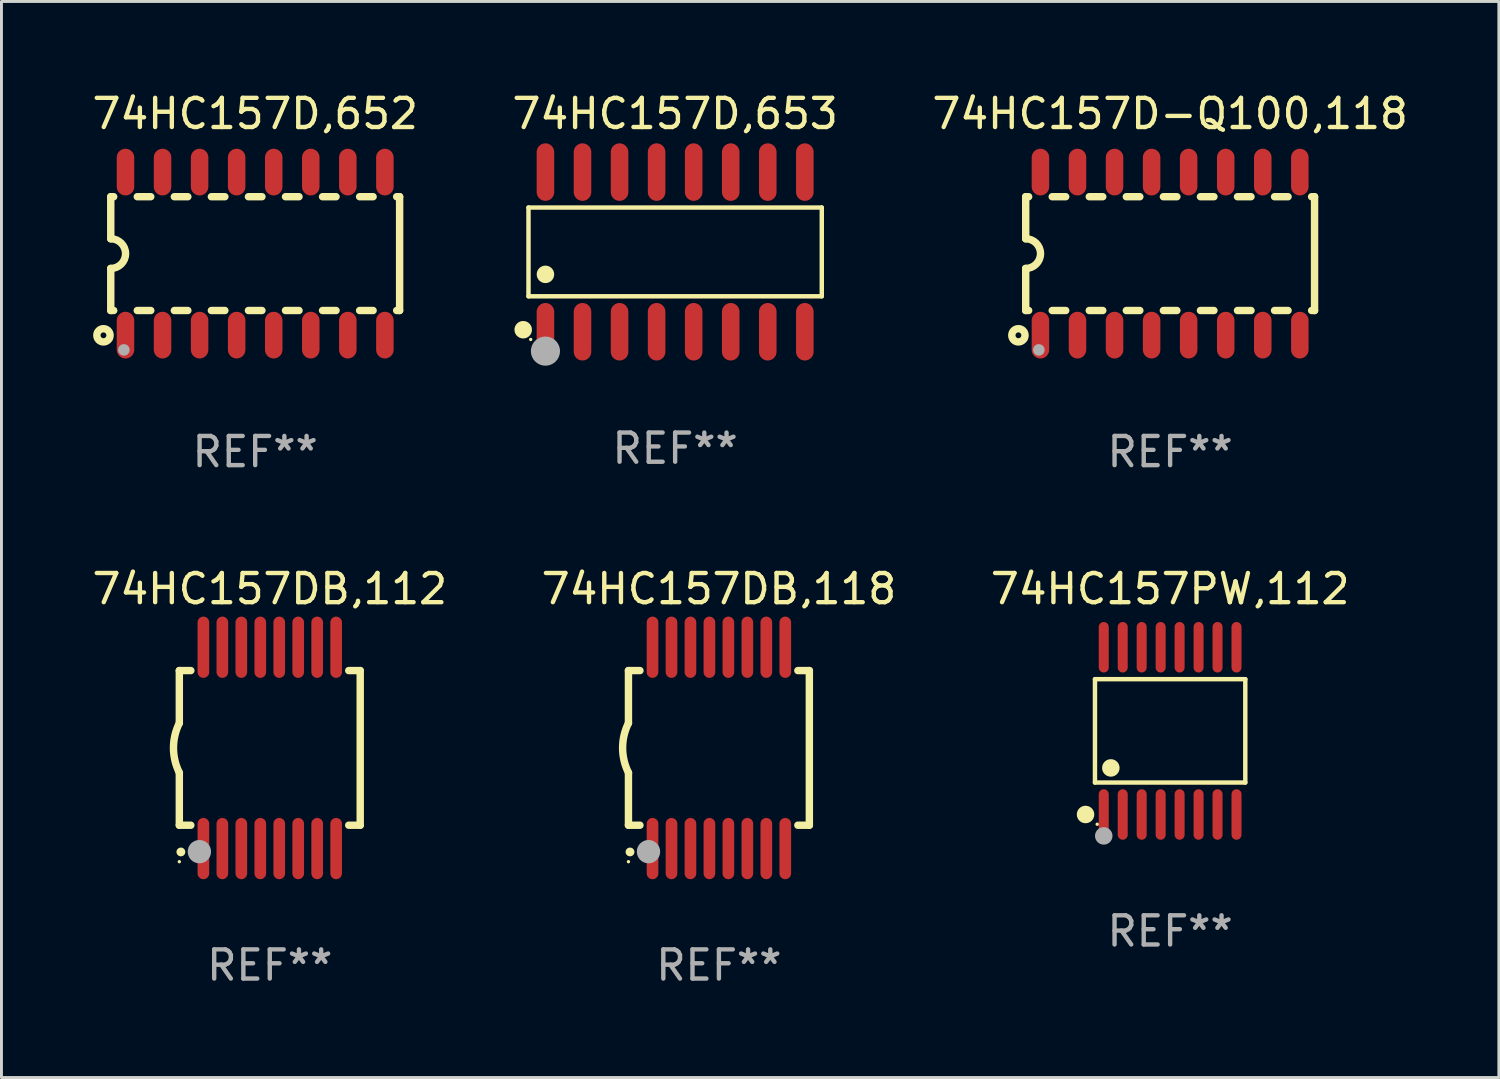
<source format=kicad_pcb>
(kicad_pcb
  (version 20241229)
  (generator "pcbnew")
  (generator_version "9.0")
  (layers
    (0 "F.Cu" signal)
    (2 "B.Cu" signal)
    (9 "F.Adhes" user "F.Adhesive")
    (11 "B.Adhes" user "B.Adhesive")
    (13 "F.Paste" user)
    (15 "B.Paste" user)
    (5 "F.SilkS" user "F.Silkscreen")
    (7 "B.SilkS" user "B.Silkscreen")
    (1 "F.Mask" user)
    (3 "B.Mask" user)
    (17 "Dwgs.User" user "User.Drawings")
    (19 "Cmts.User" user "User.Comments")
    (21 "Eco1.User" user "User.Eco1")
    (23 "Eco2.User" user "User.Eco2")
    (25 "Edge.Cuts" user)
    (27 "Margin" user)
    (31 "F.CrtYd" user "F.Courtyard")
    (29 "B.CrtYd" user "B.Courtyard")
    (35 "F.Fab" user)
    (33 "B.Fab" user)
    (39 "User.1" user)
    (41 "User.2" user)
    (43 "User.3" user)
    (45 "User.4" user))
  (footprint "74HC157D,653"
    (layer "F.Cu")
    (at 20.089 5.584)
    (property "Reference" "74HC157D,653" (at 0 -4.736 0) (layer "F.SilkS") (effects (font (size 1 1) (thickness 0.15))))
    (attr through_hole)
    (fp_line (start -5.026 -1.521) (end 5.026 -1.521) (stroke (width 0.152) (type solid)) (layer "F.SilkS"))
    (fp_line (start -5.026 1.521) (end -5.026 -1.521) (stroke (width 0.152) (type solid)) (layer "F.SilkS"))
    (fp_line (start 5.026 -1.521) (end 5.026 1.521) (stroke (width 0.152) (type solid)) (layer "F.SilkS"))
    (fp_line (start 5.026 1.521) (end -5.026 1.521) (stroke (width 0.152) (type solid)) (layer "F.SilkS"))
    (fp_circle (center -5.207 2.667) (end -5.057 2.667) (stroke (width 0.3) (type solid)) (fill no) (layer "F.SilkS"))
    (fp_circle (center -4.95 3) (end -4.92 3) (stroke (width 0.06) (type solid)) (fill no) (layer "F.SilkS"))
    (fp_circle (center -4.445 0.769) (end -4.295 0.769) (stroke (width 0.3) (type solid)) (fill no) (layer "F.SilkS"))
    (fp_circle (center -4.445 3.4) (end -4.195 3.4) (stroke (width 0.5) (type solid)) (fill no) (layer "F.Fab"))
    (fp_text user "REF**" (at 0 6.736 0) (layer "F.Fab") (effects (font (size 1 1) (thickness 0.15))))
    (pad "1" smd oval (at -4.445 2.736) (size 0.602 1.971) (layers "F.Cu" "F.Mask" "F.Paste"))
    (pad "2" smd oval (at -3.175 2.736) (size 0.602 1.971) (layers "F.Cu" "F.Mask" "F.Paste"))
    (pad "3" smd oval (at -1.905 2.736) (size 0.602 1.971) (layers "F.Cu" "F.Mask" "F.Paste"))
    (pad "4" smd oval (at -0.635 2.736) (size 0.602 1.971) (layers "F.Cu" "F.Mask" "F.Paste"))
    (pad "5" smd oval (at 0.635 2.736) (size 0.602 1.971) (layers "F.Cu" "F.Mask" "F.Paste"))
    (pad "6" smd oval (at 1.905 2.736) (size 0.602 1.971) (layers "F.Cu" "F.Mask" "F.Paste"))
    (pad "7" smd oval (at 3.175 2.736) (size 0.602 1.971) (layers "F.Cu" "F.Mask" "F.Paste"))
    (pad "8" smd oval (at 4.445 2.736) (size 0.602 1.971) (layers "F.Cu" "F.Mask" "F.Paste"))
    (pad "9" smd oval (at 4.445 -2.736) (size 0.602 1.971) (layers "F.Cu" "F.Mask" "F.Paste"))
    (pad "10" smd oval (at 3.175 -2.736) (size 0.602 1.971) (layers "F.Cu" "F.Mask" "F.Paste"))
    (pad "11" smd oval (at 1.905 -2.736) (size 0.602 1.971) (layers "F.Cu" "F.Mask" "F.Paste"))
    (pad "12" smd oval (at 0.635 -2.736) (size 0.602 1.971) (layers "F.Cu" "F.Mask" "F.Paste"))
    (pad "13" smd oval (at -0.635 -2.736) (size 0.602 1.971) (layers "F.Cu" "F.Mask" "F.Paste"))
    (pad "14" smd oval (at -1.905 -2.736) (size 0.602 1.971) (layers "F.Cu" "F.Mask" "F.Paste"))
    (pad "15" smd oval (at -3.175 -2.736) (size 0.602 1.971) (layers "F.Cu" "F.Mask" "F.Paste"))
    (pad "16" smd oval (at -4.445 -2.736) (size 0.602 1.971) (layers "F.Cu" "F.Mask" "F.Paste")))
  (footprint "74HC157D,652"
    (layer "F.Cu")
    (at 5.696 5.642)
    (property "Reference" "74HC157D,652" (at 0 -4.794 0) (layer "F.SilkS") (effects (font (size 1 1) (thickness 0.15))))
    (attr through_hole)
    (fp_line (start -4.95 -1.95) (end -4.95 -0.508) (stroke (width 0.254) (type solid)) (layer "F.SilkS"))
    (fp_line (start -4.95 -1.95) (end -4.849 -1.95) (stroke (width 0.254) (type solid)) (layer "F.SilkS"))
    (fp_line (start -4.95 1.95) (end -4.95 0.508) (stroke (width 0.254) (type solid)) (layer "F.SilkS"))
    (fp_line (start -4.95 1.95) (end -4.849 1.95) (stroke (width 0.254) (type solid)) (layer "F.SilkS"))
    (fp_line (start -4.041 -1.95) (end -3.579 -1.95) (stroke (width 0.254) (type solid)) (layer "F.SilkS"))
    (fp_line (start -4.041 1.95) (end -3.579 1.95) (stroke (width 0.254) (type solid)) (layer "F.SilkS"))
    (fp_line (start -2.771 -1.95) (end -2.309 -1.95) (stroke (width 0.254) (type solid)) (layer "F.SilkS"))
    (fp_line (start -2.771 1.95) (end -2.309 1.95) (stroke (width 0.254) (type solid)) (layer "F.SilkS"))
    (fp_line (start -1.501 -1.95) (end -1.039 -1.95) (stroke (width 0.254) (type solid)) (layer "F.SilkS"))
    (fp_line (start -1.501 1.95) (end -1.039 1.95) (stroke (width 0.254) (type solid)) (layer "F.SilkS"))
    (fp_line (start -0.231 -1.95) (end 0.231 -1.95) (stroke (width 0.254) (type solid)) (layer "F.SilkS"))
    (fp_line (start -0.231 1.95) (end 0.231 1.95) (stroke (width 0.254) (type solid)) (layer "F.SilkS"))
    (fp_line (start 1.039 -1.95) (end 1.501 -1.95) (stroke (width 0.254) (type solid)) (layer "F.SilkS"))
    (fp_line (start 1.039 1.95) (end 1.501 1.95) (stroke (width 0.254) (type solid)) (layer "F.SilkS"))
    (fp_line (start 2.309 -1.95) (end 2.771 -1.95) (stroke (width 0.254) (type solid)) (layer "F.SilkS"))
    (fp_line (start 2.309 1.95) (end 2.771 1.95) (stroke (width 0.254) (type solid)) (layer "F.SilkS"))
    (fp_line (start 3.579 -1.95) (end 4.041 -1.95) (stroke (width 0.254) (type solid)) (layer "F.SilkS"))
    (fp_line (start 3.579 1.95) (end 4.041 1.95) (stroke (width 0.254) (type solid)) (layer "F.SilkS"))
    (fp_line (start 4.849 -1.95) (end 4.95 -1.95) (stroke (width 0.254) (type solid)) (layer "F.SilkS"))
    (fp_line (start 4.849 1.95) (end 4.95 1.95) (stroke (width 0.254) (type solid)) (layer "F.SilkS"))
    (fp_line (start 4.95 -1.95) (end 4.95 1.95) (stroke (width 0.254) (type solid)) (layer "F.SilkS"))
    (fp_arc (start -4.95047 -0.508001) (mid -4.442469 -0.000228) (end -4.950013 0.508001) (stroke (width 0.254001) (type solid)) (layer "F.SilkS"))
    (fp_circle (center -5.2 2.8) (end -5.1 2.8) (stroke (width 0.254) (type solid)) (fill no) (layer "F.SilkS"))
    (fp_circle (center -4.95 2.947) (end -4.92 2.947) (stroke (width 0.06) (type solid)) (fill no) (layer "F.SilkS"))
    (fp_circle (center -4.5 3.3) (end -4.4 3.3) (stroke (width 0.2) (type solid)) (fill no) (layer "F.Fab"))
    (fp_text user "REF**" (at 0 6.794 0) (layer "F.Fab") (effects (font (size 1 1) (thickness 0.15))))
    (pad "1" smd oval (at -4.445 2.794) (size 0.6 1.6) (layers "F.Cu" "F.Mask" "F.Paste"))
    (pad "2" smd oval (at -3.175 2.794) (size 0.6 1.6) (layers "F.Cu" "F.Mask" "F.Paste"))
    (pad "3" smd oval (at -1.905 2.794) (size 0.6 1.6) (layers "F.Cu" "F.Mask" "F.Paste"))
    (pad "4" smd oval (at -0.635 2.794) (size 0.6 1.6) (layers "F.Cu" "F.Mask" "F.Paste"))
    (pad "5" smd oval (at 0.635 2.794) (size 0.6 1.6) (layers "F.Cu" "F.Mask" "F.Paste"))
    (pad "6" smd oval (at 1.905 2.794) (size 0.6 1.6) (layers "F.Cu" "F.Mask" "F.Paste"))
    (pad "7" smd oval (at 3.175 2.794) (size 0.6 1.6) (layers "F.Cu" "F.Mask" "F.Paste"))
    (pad "8" smd oval (at 4.445 2.794) (size 0.6 1.6) (layers "F.Cu" "F.Mask" "F.Paste"))
    (pad "9" smd oval (at 4.445 -2.794) (size 0.6 1.6) (layers "F.Cu" "F.Mask" "F.Paste"))
    (pad "10" smd oval (at 3.175 -2.794) (size 0.6 1.6) (layers "F.Cu" "F.Mask" "F.Paste"))
    (pad "11" smd oval (at 1.905 -2.794) (size 0.6 1.6) (layers "F.Cu" "F.Mask" "F.Paste"))
    (pad "12" smd oval (at 0.635 -2.794) (size 0.6 1.6) (layers "F.Cu" "F.Mask" "F.Paste"))
    (pad "13" smd oval (at -0.635 -2.794) (size 0.6 1.6) (layers "F.Cu" "F.Mask" "F.Paste"))
    (pad "14" smd oval (at -1.905 -2.794) (size 0.6 1.6) (layers "F.Cu" "F.Mask" "F.Paste"))
    (pad "15" smd oval (at -3.175 -2.794) (size 0.6 1.6) (layers "F.Cu" "F.Mask" "F.Paste"))
    (pad "16" smd oval (at -4.445 -2.794) (size 0.6 1.6) (layers "F.Cu" "F.Mask" "F.Paste")))
  (footprint "74HC157D-Q100,118"
    (layer "F.Cu")
    (at 37.054 5.642)
    (property "Reference" "74HC157D-Q100,118" (at 0 -4.794 0) (layer "F.SilkS") (effects (font (size 1 1) (thickness 0.15))))
    (attr through_hole)
    (fp_line (start -4.95 -1.95) (end -4.95 -0.508) (stroke (width 0.254) (type solid)) (layer "F.SilkS"))
    (fp_line (start -4.95 -1.95) (end -4.849 -1.95) (stroke (width 0.254) (type solid)) (layer "F.SilkS"))
    (fp_line (start -4.95 1.95) (end -4.95 0.508) (stroke (width 0.254) (type solid)) (layer "F.SilkS"))
    (fp_line (start -4.95 1.95) (end -4.849 1.95) (stroke (width 0.254) (type solid)) (layer "F.SilkS"))
    (fp_line (start -4.041 -1.95) (end -3.579 -1.95) (stroke (width 0.254) (type solid)) (layer "F.SilkS"))
    (fp_line (start -4.041 1.95) (end -3.579 1.95) (stroke (width 0.254) (type solid)) (layer "F.SilkS"))
    (fp_line (start -2.771 -1.95) (end -2.309 -1.95) (stroke (width 0.254) (type solid)) (layer "F.SilkS"))
    (fp_line (start -2.771 1.95) (end -2.309 1.95) (stroke (width 0.254) (type solid)) (layer "F.SilkS"))
    (fp_line (start -1.501 -1.95) (end -1.039 -1.95) (stroke (width 0.254) (type solid)) (layer "F.SilkS"))
    (fp_line (start -1.501 1.95) (end -1.039 1.95) (stroke (width 0.254) (type solid)) (layer "F.SilkS"))
    (fp_line (start -0.231 -1.95) (end 0.231 -1.95) (stroke (width 0.254) (type solid)) (layer "F.SilkS"))
    (fp_line (start -0.231 1.95) (end 0.231 1.95) (stroke (width 0.254) (type solid)) (layer "F.SilkS"))
    (fp_line (start 1.039 -1.95) (end 1.501 -1.95) (stroke (width 0.254) (type solid)) (layer "F.SilkS"))
    (fp_line (start 1.039 1.95) (end 1.501 1.95) (stroke (width 0.254) (type solid)) (layer "F.SilkS"))
    (fp_line (start 2.309 -1.95) (end 2.771 -1.95) (stroke (width 0.254) (type solid)) (layer "F.SilkS"))
    (fp_line (start 2.309 1.95) (end 2.771 1.95) (stroke (width 0.254) (type solid)) (layer "F.SilkS"))
    (fp_line (start 3.579 -1.95) (end 4.041 -1.95) (stroke (width 0.254) (type solid)) (layer "F.SilkS"))
    (fp_line (start 3.579 1.95) (end 4.041 1.95) (stroke (width 0.254) (type solid)) (layer "F.SilkS"))
    (fp_line (start 4.849 -1.95) (end 4.95 -1.95) (stroke (width 0.254) (type solid)) (layer "F.SilkS"))
    (fp_line (start 4.849 1.95) (end 4.95 1.95) (stroke (width 0.254) (type solid)) (layer "F.SilkS"))
    (fp_line (start 4.95 -1.95) (end 4.95 1.95) (stroke (width 0.254) (type solid)) (layer "F.SilkS"))
    (fp_arc (start -4.95047 -0.508001) (mid -4.442469 -0.000228) (end -4.950013 0.508001) (stroke (width 0.254001) (type solid)) (layer "F.SilkS"))
    (fp_circle (center -5.2 2.8) (end -5.1 2.8) (stroke (width 0.254) (type solid)) (fill no) (layer "F.SilkS"))
    (fp_circle (center -4.95 2.947) (end -4.92 2.947) (stroke (width 0.06) (type solid)) (fill no) (layer "F.SilkS"))
    (fp_circle (center -4.5 3.3) (end -4.4 3.3) (stroke (width 0.2) (type solid)) (fill no) (layer "F.Fab"))
    (fp_text user "REF**" (at 0 6.794 0) (layer "F.Fab") (effects (font (size 1 1) (thickness 0.15))))
    (pad "1" smd oval (at -4.445 2.794) (size 0.6 1.6) (layers "F.Cu" "F.Mask" "F.Paste"))
    (pad "2" smd oval (at -3.175 2.794) (size 0.6 1.6) (layers "F.Cu" "F.Mask" "F.Paste"))
    (pad "3" smd oval (at -1.905 2.794) (size 0.6 1.6) (layers "F.Cu" "F.Mask" "F.Paste"))
    (pad "4" smd oval (at -0.635 2.794) (size 0.6 1.6) (layers "F.Cu" "F.Mask" "F.Paste"))
    (pad "5" smd oval (at 0.635 2.794) (size 0.6 1.6) (layers "F.Cu" "F.Mask" "F.Paste"))
    (pad "6" smd oval (at 1.905 2.794) (size 0.6 1.6) (layers "F.Cu" "F.Mask" "F.Paste"))
    (pad "7" smd oval (at 3.175 2.794) (size 0.6 1.6) (layers "F.Cu" "F.Mask" "F.Paste"))
    (pad "8" smd oval (at 4.445 2.794) (size 0.6 1.6) (layers "F.Cu" "F.Mask" "F.Paste"))
    (pad "9" smd oval (at 4.445 -2.794) (size 0.6 1.6) (layers "F.Cu" "F.Mask" "F.Paste"))
    (pad "10" smd oval (at 3.175 -2.794) (size 0.6 1.6) (layers "F.Cu" "F.Mask" "F.Paste"))
    (pad "11" smd oval (at 1.905 -2.794) (size 0.6 1.6) (layers "F.Cu" "F.Mask" "F.Paste"))
    (pad "12" smd oval (at 0.635 -2.794) (size 0.6 1.6) (layers "F.Cu" "F.Mask" "F.Paste"))
    (pad "13" smd oval (at -0.635 -2.794) (size 0.6 1.6) (layers "F.Cu" "F.Mask" "F.Paste"))
    (pad "14" smd oval (at -1.905 -2.794) (size 0.6 1.6) (layers "F.Cu" "F.Mask" "F.Paste"))
    (pad "15" smd oval (at -3.175 -2.794) (size 0.6 1.6) (layers "F.Cu" "F.Mask" "F.Paste"))
    (pad "16" smd oval (at -4.445 -2.794) (size 0.6 1.6) (layers "F.Cu" "F.Mask" "F.Paste")))
  (footprint "74HC157DB,112"
    (layer "F.Cu")
    (at 6.196 22.583)
    (property "Reference" "74HC157DB,112" (at 0 -5.45 0) (layer "F.SilkS") (effects (font (size 1 1) (thickness 0.15))))
    (attr through_hole)
    (fp_line (start -3.1 -2.65) (end -3.1 -0.85) (stroke (width 0.254) (type solid)) (layer "F.SilkS"))
    (fp_line (start -3.1 -2.65) (end -2.706 -2.65) (stroke (width 0.254) (type solid)) (layer "F.SilkS"))
    (fp_line (start -3.1 2.65) (end -3.1 0.85) (stroke (width 0.254) (type solid)) (layer "F.SilkS"))
    (fp_line (start -3.1 2.65) (end -2.706 2.65) (stroke (width 0.254) (type solid)) (layer "F.SilkS"))
    (fp_line (start 2.706 -2.65) (end 3.1 -2.65) (stroke (width 0.254) (type solid)) (layer "F.SilkS"))
    (fp_line (start 2.706 2.65) (end 3.1 2.65) (stroke (width 0.254) (type solid)) (layer "F.SilkS"))
    (fp_line (start 3.1 -2.65) (end 3.1 2.65) (stroke (width 0.254) (type solid)) (layer "F.SilkS"))
    (fp_arc (start -3.098907 0.850902) (mid -3.300057 0.000523) (end -3.1 -0.850114) (stroke (width 0.254001) (type solid)) (layer "F.SilkS"))
    (fp_arc (start -3.048006 3.566066) (mid -3.046736 3.566061) (end -3.045466 3.566066) (stroke (width 0.3) (type solid)) (layer "F.SilkS"))
    (fp_circle (center -3.1 3.9) (end -3.07 3.9) (stroke (width 0.06) (type solid)) (fill no) (layer "F.SilkS"))
    (fp_circle (center -2.413 3.556) (end -2.213 3.556) (stroke (width 0.4) (type solid)) (fill no) (layer "F.Fab"))
    (fp_text user "REF**" (at 0 7.45 0) (layer "F.Fab") (effects (font (size 1 1) (thickness 0.15))))
    (pad "1" smd oval (at -2.275 3.45 180) (size 0.4 2.1) (layers "F.Cu" "F.Mask" "F.Paste"))
    (pad "2" smd oval (at -1.625 3.45 180) (size 0.4 2.1) (layers "F.Cu" "F.Mask" "F.Paste"))
    (pad "3" smd oval (at -0.975 3.45 180) (size 0.4 2.1) (layers "F.Cu" "F.Mask" "F.Paste"))
    (pad "4" smd oval (at -0.325 3.45 180) (size 0.4 2.1) (layers "F.Cu" "F.Mask" "F.Paste"))
    (pad "5" smd oval (at 0.325 3.45 180) (size 0.4 2.1) (layers "F.Cu" "F.Mask" "F.Paste"))
    (pad "6" smd oval (at 0.975 3.45 180) (size 0.4 2.1) (layers "F.Cu" "F.Mask" "F.Paste"))
    (pad "7" smd oval (at 1.625 3.45 180) (size 0.4 2.1) (layers "F.Cu" "F.Mask" "F.Paste"))
    (pad "8" smd oval (at 2.275 3.45 180) (size 0.4 2.1) (layers "F.Cu" "F.Mask" "F.Paste"))
    (pad "9" smd oval (at 2.275 -3.45 180) (size 0.4 2.1) (layers "F.Cu" "F.Mask" "F.Paste"))
    (pad "10" smd oval (at 1.625 -3.45 180) (size 0.4 2.1) (layers "F.Cu" "F.Mask" "F.Paste"))
    (pad "11" smd oval (at 0.975 -3.45 180) (size 0.4 2.1) (layers "F.Cu" "F.Mask" "F.Paste"))
    (pad "12" smd oval (at 0.325 -3.45 180) (size 0.4 2.1) (layers "F.Cu" "F.Mask" "F.Paste"))
    (pad "13" smd oval (at -0.325 -3.45 180) (size 0.4 2.1) (layers "F.Cu" "F.Mask" "F.Paste"))
    (pad "14" smd oval (at -0.975 -3.45 180) (size 0.4 2.1) (layers "F.Cu" "F.Mask" "F.Paste"))
    (pad "15" smd oval (at -1.625 -3.45 180) (size 0.4 2.1) (layers "F.Cu" "F.Mask" "F.Paste"))
    (pad "16" smd oval (at -2.275 -3.45 180) (size 0.4 2.1) (layers "F.Cu" "F.Mask" "F.Paste")))
  (footprint "74HC157DB,118"
    (layer "F.Cu")
    (at 21.589 22.583)
    (property "Reference" "74HC157DB,118" (at 0 -5.45 0) (layer "F.SilkS") (effects (font (size 1 1) (thickness 0.15))))
    (attr through_hole)
    (fp_line (start -3.1 -2.65) (end -3.1 -0.85) (stroke (width 0.254) (type solid)) (layer "F.SilkS"))
    (fp_line (start -3.1 -2.65) (end -2.706 -2.65) (stroke (width 0.254) (type solid)) (layer "F.SilkS"))
    (fp_line (start -3.1 2.65) (end -3.1 0.85) (stroke (width 0.254) (type solid)) (layer "F.SilkS"))
    (fp_line (start -3.1 2.65) (end -2.706 2.65) (stroke (width 0.254) (type solid)) (layer "F.SilkS"))
    (fp_line (start 2.706 -2.65) (end 3.1 -2.65) (stroke (width 0.254) (type solid)) (layer "F.SilkS"))
    (fp_line (start 2.706 2.65) (end 3.1 2.65) (stroke (width 0.254) (type solid)) (layer "F.SilkS"))
    (fp_line (start 3.1 -2.65) (end 3.1 2.65) (stroke (width 0.254) (type solid)) (layer "F.SilkS"))
    (fp_arc (start -3.098907 0.850902) (mid -3.300057 0.000523) (end -3.1 -0.850114) (stroke (width 0.254001) (type solid)) (layer "F.SilkS"))
    (fp_arc (start -3.048006 3.566066) (mid -3.046736 3.566061) (end -3.045466 3.566066) (stroke (width 0.3) (type solid)) (layer "F.SilkS"))
    (fp_circle (center -3.1 3.9) (end -3.07 3.9) (stroke (width 0.06) (type solid)) (fill no) (layer "F.SilkS"))
    (fp_circle (center -2.413 3.556) (end -2.213 3.556) (stroke (width 0.4) (type solid)) (fill no) (layer "F.Fab"))
    (fp_text user "REF**" (at 0 7.45 0) (layer "F.Fab") (effects (font (size 1 1) (thickness 0.15))))
    (pad "1" smd oval (at -2.275 3.45 180) (size 0.4 2.1) (layers "F.Cu" "F.Mask" "F.Paste"))
    (pad "2" smd oval (at -1.625 3.45 180) (size 0.4 2.1) (layers "F.Cu" "F.Mask" "F.Paste"))
    (pad "3" smd oval (at -0.975 3.45 180) (size 0.4 2.1) (layers "F.Cu" "F.Mask" "F.Paste"))
    (pad "4" smd oval (at -0.325 3.45 180) (size 0.4 2.1) (layers "F.Cu" "F.Mask" "F.Paste"))
    (pad "5" smd oval (at 0.325 3.45 180) (size 0.4 2.1) (layers "F.Cu" "F.Mask" "F.Paste"))
    (pad "6" smd oval (at 0.975 3.45 180) (size 0.4 2.1) (layers "F.Cu" "F.Mask" "F.Paste"))
    (pad "7" smd oval (at 1.625 3.45 180) (size 0.4 2.1) (layers "F.Cu" "F.Mask" "F.Paste"))
    (pad "8" smd oval (at 2.275 3.45 180) (size 0.4 2.1) (layers "F.Cu" "F.Mask" "F.Paste"))
    (pad "9" smd oval (at 2.275 -3.45 180) (size 0.4 2.1) (layers "F.Cu" "F.Mask" "F.Paste"))
    (pad "10" smd oval (at 1.625 -3.45 180) (size 0.4 2.1) (layers "F.Cu" "F.Mask" "F.Paste"))
    (pad "11" smd oval (at 0.975 -3.45 180) (size 0.4 2.1) (layers "F.Cu" "F.Mask" "F.Paste"))
    (pad "12" smd oval (at 0.325 -3.45 180) (size 0.4 2.1) (layers "F.Cu" "F.Mask" "F.Paste"))
    (pad "13" smd oval (at -0.325 -3.45 180) (size 0.4 2.1) (layers "F.Cu" "F.Mask" "F.Paste"))
    (pad "14" smd oval (at -0.975 -3.45 180) (size 0.4 2.1) (layers "F.Cu" "F.Mask" "F.Paste"))
    (pad "15" smd oval (at -1.625 -3.45 180) (size 0.4 2.1) (layers "F.Cu" "F.Mask" "F.Paste"))
    (pad "16" smd oval (at -2.275 -3.45 180) (size 0.4 2.1) (layers "F.Cu" "F.Mask" "F.Paste")))
  (footprint "74HC157PW,112"
    (layer "F.Cu")
    (at 37.054 21.999)
    (property "Reference" "74HC157PW,112" (at 0 -4.866 0) (layer "F.SilkS") (effects (font (size 1 1) (thickness 0.15))))
    (attr through_hole)
    (fp_line (start -2.576 -1.772) (end 2.576 -1.772) (stroke (width 0.152) (type solid)) (layer "F.SilkS"))
    (fp_line (start -2.576 1.771) (end -2.576 -1.772) (stroke (width 0.152) (type solid)) (layer "F.SilkS"))
    (fp_line (start 2.576 -1.772) (end 2.576 1.771) (stroke (width 0.152) (type solid)) (layer "F.SilkS"))
    (fp_line (start 2.576 1.771) (end -2.576 1.771) (stroke (width 0.152) (type solid)) (layer "F.SilkS"))
    (fp_circle (center -2.899 2.866) (end -2.749 2.866) (stroke (width 0.3) (type solid)) (fill no) (layer "F.SilkS"))
    (fp_circle (center -2.5 3.2) (end -2.47 3.2) (stroke (width 0.06) (type solid)) (fill no) (layer "F.SilkS"))
    (fp_circle (center -2.032 1.27) (end -1.882 1.27) (stroke (width 0.3) (type solid)) (fill no) (layer "F.SilkS"))
    (fp_circle (center -2.275 3.6) (end -2.125 3.6) (stroke (width 0.3) (type solid)) (fill no) (layer "F.Fab"))
    (fp_text user "REF**" (at 0 6.866 0) (layer "F.Fab") (effects (font (size 1 1) (thickness 0.15))))
    (pad "1" smd oval (at -2.275 2.866) (size 0.343 1.731) (layers "F.Cu" "F.Mask" "F.Paste"))
    (pad "2" smd oval (at -1.625 2.866) (size 0.343 1.731) (layers "F.Cu" "F.Mask" "F.Paste"))
    (pad "3" smd oval (at -0.975 2.866) (size 0.343 1.731) (layers "F.Cu" "F.Mask" "F.Paste"))
    (pad "4" smd oval (at -0.325 2.866) (size 0.343 1.731) (layers "F.Cu" "F.Mask" "F.Paste"))
    (pad "5" smd oval (at 0.325 2.866) (size 0.343 1.731) (layers "F.Cu" "F.Mask" "F.Paste"))
    (pad "6" smd oval (at 0.975 2.866) (size 0.343 1.731) (layers "F.Cu" "F.Mask" "F.Paste"))
    (pad "7" smd oval (at 1.625 2.866) (size 0.343 1.731) (layers "F.Cu" "F.Mask" "F.Paste"))
    (pad "8" smd oval (at 2.275 2.866) (size 0.343 1.731) (layers "F.Cu" "F.Mask" "F.Paste"))
    (pad "9" smd oval (at 2.275 -2.866) (size 0.343 1.731) (layers "F.Cu" "F.Mask" "F.Paste"))
    (pad "10" smd oval (at 1.625 -2.866) (size 0.343 1.731) (layers "F.Cu" "F.Mask" "F.Paste"))
    (pad "11" smd oval (at 0.975 -2.866) (size 0.343 1.731) (layers "F.Cu" "F.Mask" "F.Paste"))
    (pad "12" smd oval (at 0.325 -2.866) (size 0.343 1.731) (layers "F.Cu" "F.Mask" "F.Paste"))
    (pad "13" smd oval (at -0.325 -2.866) (size 0.343 1.731) (layers "F.Cu" "F.Mask" "F.Paste"))
    (pad "14" smd oval (at -0.975 -2.866) (size 0.343 1.731) (layers "F.Cu" "F.Mask" "F.Paste"))
    (pad "15" smd oval (at -1.625 -2.866) (size 0.343 1.731) (layers "F.Cu" "F.Mask" "F.Paste"))
    (pad "16" smd oval (at -2.275 -2.866) (size 0.343 1.731) (layers "F.Cu" "F.Mask" "F.Paste")))
  (gr_rect
    (start -3 -3)
    (end 48.321 33.881)
    (stroke (width 0.1) (type default))
    (fill no)
    (layer "Edge.Cuts")))
</source>
